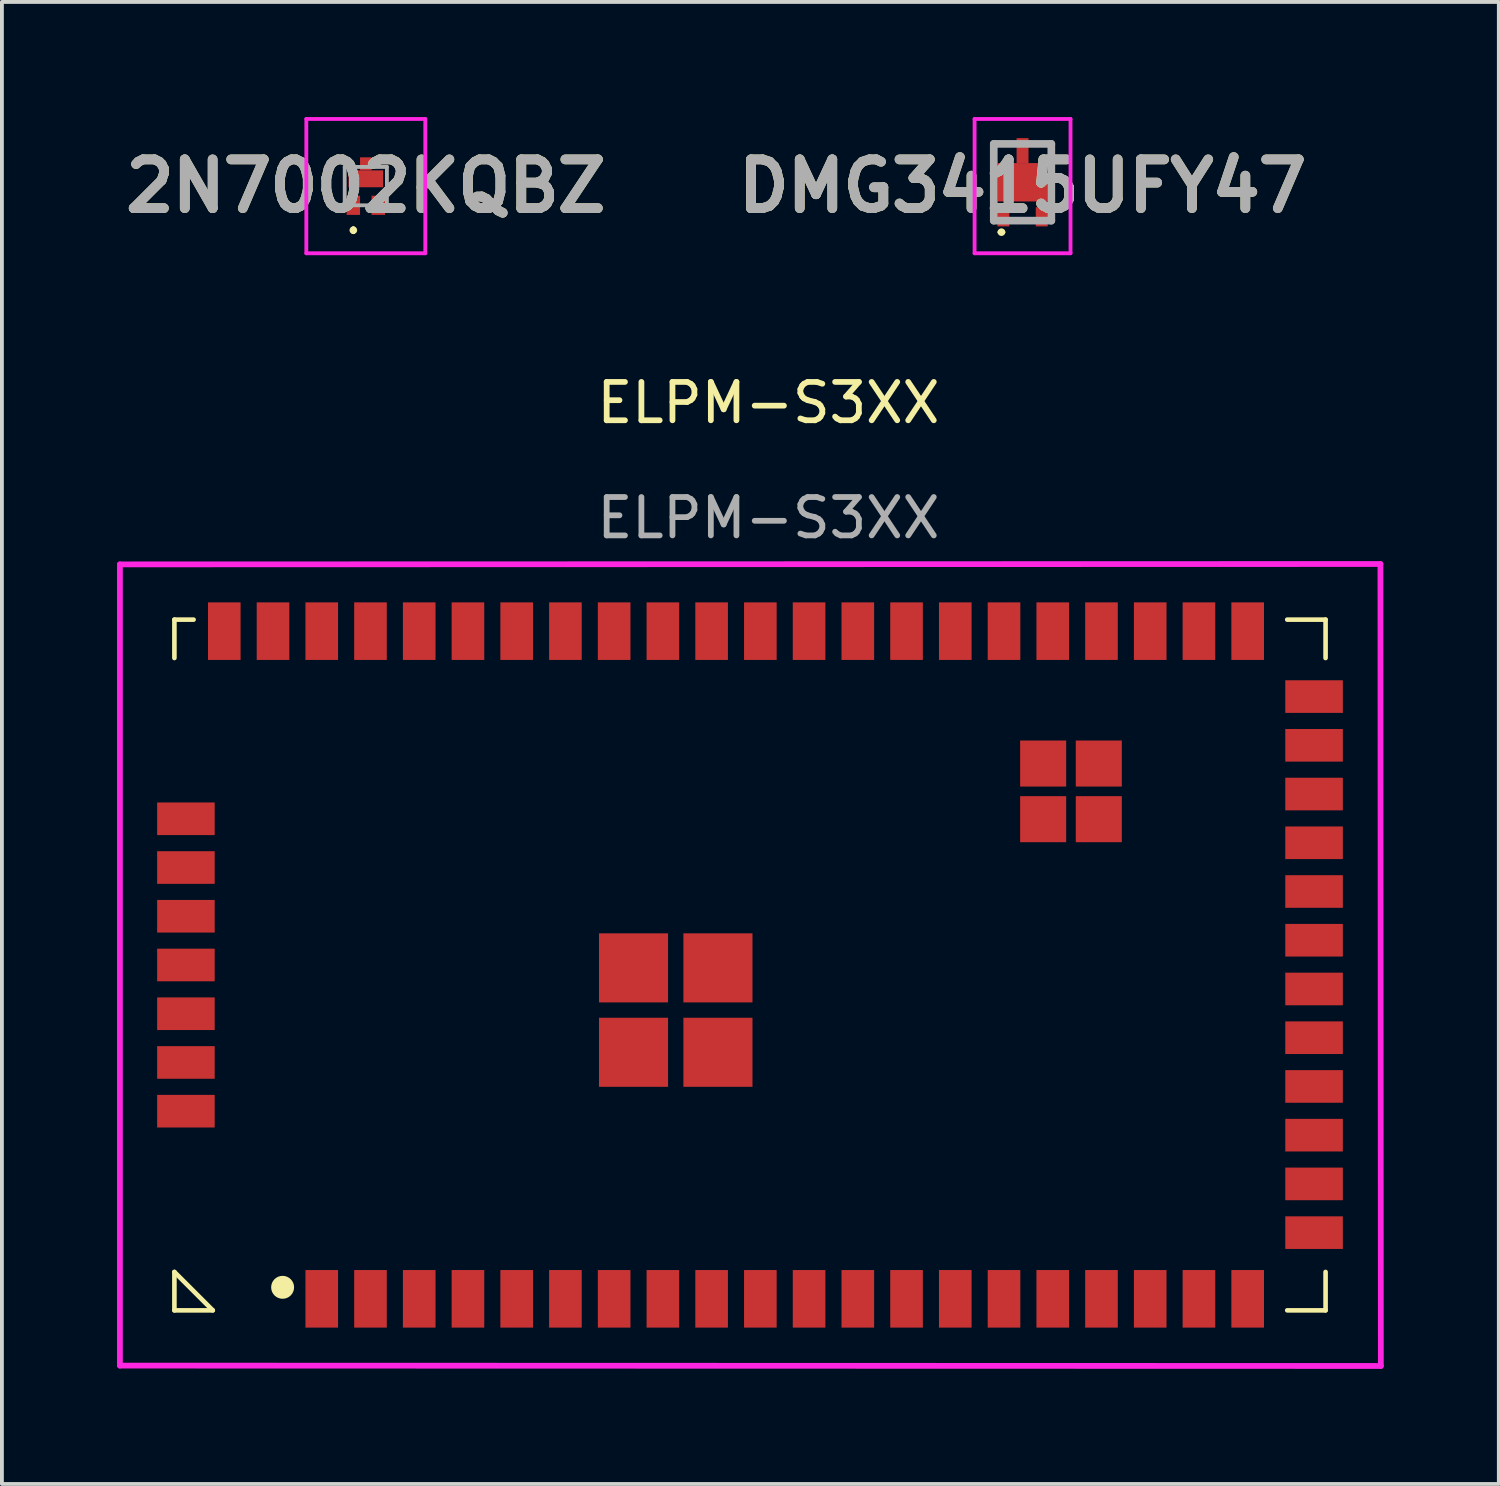
<source format=kicad_pcb>
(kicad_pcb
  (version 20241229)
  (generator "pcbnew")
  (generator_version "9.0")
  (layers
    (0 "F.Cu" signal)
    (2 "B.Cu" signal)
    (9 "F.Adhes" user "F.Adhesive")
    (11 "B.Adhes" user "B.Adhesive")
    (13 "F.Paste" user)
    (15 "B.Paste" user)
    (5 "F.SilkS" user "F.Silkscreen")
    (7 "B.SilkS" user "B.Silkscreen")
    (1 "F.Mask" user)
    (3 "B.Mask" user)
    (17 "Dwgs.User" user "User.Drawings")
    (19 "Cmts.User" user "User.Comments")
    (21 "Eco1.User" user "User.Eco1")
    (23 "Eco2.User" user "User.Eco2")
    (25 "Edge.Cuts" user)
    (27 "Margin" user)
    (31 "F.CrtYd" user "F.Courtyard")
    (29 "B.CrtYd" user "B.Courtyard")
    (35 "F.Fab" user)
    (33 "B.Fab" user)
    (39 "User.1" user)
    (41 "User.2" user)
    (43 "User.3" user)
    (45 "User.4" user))
  (footprint "2N7002KQBZ"
    (layer "F.Cu")
    (at 6.483 1.8)
    (property "Reference" "2N7002KQBZ" (at 0 0 0) (layer "F.SilkS") (effects (font (size 1.27 1.27) (thickness 0.254))))
    (attr smd)
    (fp_line (start -0.325 1.1) (end -0.325 1.1) (stroke (width 0.1) (type solid)) (layer "F.SilkS"))
    (fp_line (start -0.325 1.2) (end -0.325 1.2) (stroke (width 0.1) (type solid)) (layer "F.SilkS"))
    (fp_arc (start -0.325 1.1) (mid -0.275 1.15) (end -0.325 1.2) (stroke (width 0.1) (type solid)) (layer "F.SilkS"))
    (fp_arc (start -0.325 1.2) (mid -0.375 1.15) (end -0.325 1.1) (stroke (width 0.1) (type solid)) (layer "F.SilkS"))
    (fp_line (start -1.55 -1.75) (end 1.55 -1.75) (stroke (width 0.1) (type solid)) (layer "F.CrtYd"))
    (fp_line (start -1.55 1.75) (end -1.55 -1.75) (stroke (width 0.1) (type solid)) (layer "F.CrtYd"))
    (fp_line (start 1.55 -1.75) (end 1.55 1.75) (stroke (width 0.1) (type solid)) (layer "F.CrtYd"))
    (fp_line (start 1.55 1.75) (end -1.55 1.75) (stroke (width 0.1) (type solid)) (layer "F.CrtYd"))
    (fp_line (start -0.55 -0.5) (end -0.55 0.5) (stroke (width 0.1) (type solid)) (layer "F.Fab"))
    (fp_line (start -0.55 0.5) (end 0.55 0.5) (stroke (width 0.1) (type solid)) (layer "F.Fab"))
    (fp_line (start 0.55 -0.5) (end -0.55 -0.5) (stroke (width 0.1) (type solid)) (layer "F.Fab"))
    (fp_line (start 0.55 0.5) (end 0.55 -0.5) (stroke (width 0.1) (type solid)) (layer "F.Fab"))
    (fp_text user "${REFERENCE}" (at 0 0 0) (layer "F.Fab") (effects (font (size 1.27 1.27) (thickness 0.254))))
    (pad "1" smd rect (at -0.325 0.5) (size 0.35 0.5) (layers "F.Cu" "F.Mask" "F.Paste"))
    (pad "2" smd rect (at 0.325 0.5) (size 0.35 0.5) (layers "F.Cu" "F.Mask" "F.Paste"))
    (pad "3" smd rect (at 0 -0.19 90) (size 0.44 0.9) (layers "F.Cu" "F.Mask" "F.Paste"))
    (pad "4" smd rect (at 0 -0.58) (size 0.3 0.34) (layers "F.Cu" "F.Mask" "F.Paste")))
  (footprint "DMG3415UFY47"
    (layer "F.Cu")
    (at 23.598 1.7)
    (property "Reference" "DMG3415UFY47" (at 0 0.1 0) (layer "F.SilkS") (effects (font (size 1.27 1.27) (thickness 0.254))))
    (attr smd)
    (fp_line (start -0.75 -1) (end -0.75 -0.7) (stroke (width 0.1) (type solid)) (layer "F.SilkS"))
    (fp_line (start -0.6 1.3) (end -0.6 1.3) (stroke (width 0.1) (type solid)) (layer "F.SilkS"))
    (fp_line (start -0.5 1.3) (end -0.5 1.3) (stroke (width 0.1) (type solid)) (layer "F.SilkS"))
    (fp_line (start -0.3 -1) (end -0.75 -1) (stroke (width 0.1) (type solid)) (layer "F.SilkS"))
    (fp_line (start -0.2 1) (end 0.2 1) (stroke (width 0.1) (type solid)) (layer "F.SilkS"))
    (fp_line (start 0.3 -1) (end 0.75 -1) (stroke (width 0.1) (type solid)) (layer "F.SilkS"))
    (fp_line (start 0.75 -1) (end 0.75 -0.7) (stroke (width 0.1) (type solid)) (layer "F.SilkS"))
    (fp_arc (start -0.6 1.3) (mid -0.55 1.25) (end -0.5 1.3) (stroke (width 0.1) (type solid)) (layer "F.SilkS"))
    (fp_arc (start -0.5 1.3) (mid -0.55 1.35) (end -0.6 1.3) (stroke (width 0.1) (type solid)) (layer "F.SilkS"))
    (fp_line (start -1.25 -1.65) (end 1.25 -1.65) (stroke (width 0.1) (type solid)) (layer "F.CrtYd"))
    (fp_line (start -1.25 1.85) (end -1.25 -1.65) (stroke (width 0.1) (type solid)) (layer "F.CrtYd"))
    (fp_line (start 1.25 -1.65) (end 1.25 1.85) (stroke (width 0.1) (type solid)) (layer "F.CrtYd"))
    (fp_line (start 1.25 1.85) (end -1.25 1.85) (stroke (width 0.1) (type solid)) (layer "F.CrtYd"))
    (fp_line (start -0.75 -1) (end 0.75 -1) (stroke (width 0.2) (type solid)) (layer "F.Fab"))
    (fp_line (start -0.75 1) (end -0.75 -1) (stroke (width 0.2) (type solid)) (layer "F.Fab"))
    (fp_line (start 0.75 -1) (end 0.75 1) (stroke (width 0.2) (type solid)) (layer "F.Fab"))
    (fp_line (start 0.75 1) (end -0.75 1) (stroke (width 0.2) (type solid)) (layer "F.Fab"))
    (fp_text user "${REFERENCE}" (at 0 0.1 0) (layer "F.Fab") (effects (font (size 1.27 1.27) (thickness 0.254))))
    (pad "1" smd rect (at -0.5 0.9) (size 0.31 0.5) (layers "F.Cu" "F.Mask" "F.Paste"))
    (pad "2" smd rect (at 0.5 0.9) (size 0.31 0.5) (layers "F.Cu" "F.Mask" "F.Paste"))
    (pad "3" smd rect (at 0 -0.825) (size 0.31 0.65) (layers "F.Cu" "F.Mask" "F.Paste"))
    (pad "4" smd rect (at 0 0 90) (size 1 1.3) (layers "F.Cu" "F.Mask" "F.Paste")))
  (footprint "ELPM-S3XX"
    (layer "F.Cu")
    (at 16.975 22.023)
    (property "Reference" "ELPM-S3XX" (at 0 -14.575 0) (unlocked yes) (layer "F.SilkS") (effects (font (size 1 1) (thickness 0.15))))
    (attr smd)
    (fp_line (start -15.48 -8.925) (end -15.48 -7.925) (stroke (width 0.12) (type default)) (layer "F.SilkS"))
    (fp_line (start -15.48 -8.925) (end -14.98 -8.925) (stroke (width 0.12) (type default)) (layer "F.SilkS"))
    (fp_line (start -15.48 8.075) (end -14.48 9.075) (stroke (width 0.12) (type default)) (layer "F.SilkS"))
    (fp_line (start -15.48 9.075) (end -15.48 8.075) (stroke (width 0.12) (type default)) (layer "F.SilkS"))
    (fp_line (start -15.48 9.075) (end -14.48 9.075) (stroke (width 0.12) (type default)) (layer "F.SilkS"))
    (fp_line (start 14.52 -8.925) (end 13.52 -8.925) (stroke (width 0.12) (type default)) (layer "F.SilkS"))
    (fp_line (start 14.52 -8.925) (end 14.52 -7.925) (stroke (width 0.12) (type default)) (layer "F.SilkS"))
    (fp_line (start 14.52 9.075) (end 13.52 9.075) (stroke (width 0.12) (type default)) (layer "F.SilkS"))
    (fp_line (start 14.52 9.075) (end 14.52 8.075) (stroke (width 0.12) (type default)) (layer "F.SilkS"))
    (fp_circle (center -12.66 8.475) (end -12.436 8.475) (stroke (width 0.15) (type solid)) (fill yes) (layer "F.SilkS"))
    (fp_line (start -15.48 -8.925) (end 14.52 -8.925) (stroke (width 0.15) (type default)) (layer "Eco1.User"))
    (fp_line (start -15.48 9.075) (end -15.48 -8.925) (stroke (width 0.15) (type default)) (layer "Eco1.User"))
    (fp_line (start 14.52 -8.925) (end 14.52 9.075) (stroke (width 0.15) (type default)) (layer "Eco1.User"))
    (fp_line (start 14.52 9.075) (end -15.48 9.075) (stroke (width 0.15) (type default)) (layer "Eco1.User"))
    (fp_line (start -16.9 -10.365) (end 15.95 -10.375) (stroke (width 0.15) (type default)) (layer "F.CrtYd"))
    (fp_line (start -16.9 10.515) (end -16.9 -10.365) (stroke (width 0.15) (type default)) (layer "F.CrtYd"))
    (fp_line (start 15.95 -10.375) (end 15.96 10.525) (stroke (width 0.15) (type default)) (layer "F.CrtYd"))
    (fp_line (start 15.96 10.525) (end -16.9 10.515) (stroke (width 0.15) (type default)) (layer "F.CrtYd"))
    (fp_text user "${REFERENCE}" (at 0 -11.575 0) (unlocked yes) (layer "F.Fab") (effects (font (size 1 1) (thickness 0.15))))
    (pad "1" smd rect (at -10.37 8.975) (size 0.85 1.5) (drill (offset 0 -0.2)) (layers "F.Cu" "F.Mask" "F.Paste"))
    (pad "2" smd rect (at -9.1 8.975) (size 0.85 1.5) (drill (offset 0 -0.2)) (layers "F.Cu" "F.Mask" "F.Paste"))
    (pad "3" smd rect (at -7.83 8.975) (size 0.85 1.5) (drill (offset 0 -0.2)) (layers "F.Cu" "F.Mask" "F.Paste"))
    (pad "4" smd rect (at -6.56 8.975) (size 0.85 1.5) (drill (offset 0 -0.2)) (layers "F.Cu" "F.Mask" "F.Paste"))
    (pad "5" smd rect (at -5.29 8.975) (size 0.85 1.5) (drill (offset 0 -0.2)) (layers "F.Cu" "F.Mask" "F.Paste"))
    (pad "6" smd rect (at -4.02 8.975) (size 0.85 1.5) (drill (offset 0 -0.2)) (layers "F.Cu" "F.Mask" "F.Paste"))
    (pad "7" smd rect (at -2.75 8.975) (size 0.85 1.5) (drill (offset 0 -0.2)) (layers "F.Cu" "F.Mask" "F.Paste"))
    (pad "8" smd rect (at -1.48 8.975) (size 0.85 1.5) (drill (offset 0 -0.2)) (layers "F.Cu" "F.Mask" "F.Paste"))
    (pad "9" smd rect (at -0.21 8.975) (size 0.85 1.5) (drill (offset 0 -0.2)) (layers "F.Cu" "F.Mask" "F.Paste"))
    (pad "10" smd rect (at 1.06 8.975) (size 0.85 1.5) (drill (offset 0 -0.2)) (layers "F.Cu" "F.Mask" "F.Paste"))
    (pad "11" smd rect (at 2.33 8.975) (size 0.85 1.5) (drill (offset 0 -0.2)) (layers "F.Cu" "F.Mask" "F.Paste"))
    (pad "12" smd rect (at 3.6 8.975) (size 0.85 1.5) (drill (offset 0 -0.2)) (layers "F.Cu" "F.Mask" "F.Paste"))
    (pad "13" smd rect (at 4.87 8.975) (size 0.85 1.5) (drill (offset 0 -0.2)) (layers "F.Cu" "F.Mask" "F.Paste"))
    (pad "14" smd rect (at 6.14 8.975) (size 0.85 1.5) (drill (offset 0 -0.2)) (layers "F.Cu" "F.Mask" "F.Paste"))
    (pad "15" smd rect (at 7.41 8.975) (size 0.85 1.5) (drill (offset 0 -0.2)) (layers "F.Cu" "F.Mask" "F.Paste"))
    (pad "16" smd rect (at 8.68 8.975) (size 0.85 1.5) (drill (offset 0 -0.2)) (layers "F.Cu" "F.Mask" "F.Paste"))
    (pad "17" smd rect (at 9.95 8.975) (size 0.85 1.5) (drill (offset 0 -0.2)) (layers "F.Cu" "F.Mask" "F.Paste"))
    (pad "18" smd rect (at 11.22 8.975) (size 0.85 1.5) (drill (offset 0 -0.2)) (layers "F.Cu" "F.Mask" "F.Paste"))
    (pad "19" smd rect (at 12.49 8.975) (size 0.85 1.5) (drill (offset 0 -0.2)) (layers "F.Cu" "F.Mask" "F.Paste"))
    (pad "20" smd rect (at 14.42 7.05 90) (size 0.85 1.5) (drill (offset 0 -0.2)) (layers "F.Cu" "F.Mask" "F.Paste"))
    (pad "21" smd rect (at 14.42 5.78 90) (size 0.85 1.5) (drill (offset 0 -0.2)) (layers "F.Cu" "F.Mask" "F.Paste"))
    (pad "22" smd rect (at 14.42 4.51 90) (size 0.85 1.5) (drill (offset 0 -0.2)) (layers "F.Cu" "F.Mask" "F.Paste"))
    (pad "23" smd rect (at 14.42 3.24 90) (size 0.85 1.5) (drill (offset 0 -0.2)) (layers "F.Cu" "F.Mask" "F.Paste"))
    (pad "24" smd rect (at 14.42 1.97 90) (size 0.85 1.5) (drill (offset 0 -0.2)) (layers "F.Cu" "F.Mask" "F.Paste"))
    (pad "25" smd rect (at 14.42 0.7 90) (size 0.85 1.5) (drill (offset 0 -0.2)) (layers "F.Cu" "F.Mask" "F.Paste"))
    (pad "26" smd rect (at 14.42 -0.57 90) (size 0.85 1.5) (drill (offset 0 -0.2)) (layers "F.Cu" "F.Mask" "F.Paste"))
    (pad "27" smd rect (at 14.42 -1.84 90) (size 0.85 1.5) (drill (offset 0 -0.2)) (layers "F.Cu" "F.Mask" "F.Paste"))
    (pad "28" smd rect (at 14.42 -3.11 90) (size 0.85 1.5) (drill (offset 0 -0.2)) (layers "F.Cu" "F.Mask" "F.Paste"))
    (pad "29" smd rect (at 14.42 -4.38 90) (size 0.85 1.5) (drill (offset 0 -0.2)) (layers "F.Cu" "F.Mask" "F.Paste"))
    (pad "30" smd rect (at 14.42 -5.65 90) (size 0.85 1.5) (drill (offset 0 -0.2)) (layers "F.Cu" "F.Mask" "F.Paste"))
    (pad "31" smd rect (at 14.42 -6.92 90) (size 0.85 1.5) (drill (offset 0 -0.2)) (layers "F.Cu" "F.Mask" "F.Paste"))
    (pad "32" smd rect (at 12.49 -8.825 180) (size 0.85 1.5) (drill (offset 0 -0.2)) (layers "F.Cu" "F.Mask" "F.Paste"))
    (pad "33" smd rect (at 11.22 -8.825 180) (size 0.85 1.5) (drill (offset 0 -0.2)) (layers "F.Cu" "F.Mask" "F.Paste"))
    (pad "34" smd rect (at 9.95 -8.825 180) (size 0.85 1.5) (drill (offset 0 -0.2)) (layers "F.Cu" "F.Mask" "F.Paste"))
    (pad "35" smd rect (at 8.68 -8.825 180) (size 0.85 1.5) (drill (offset 0 -0.2)) (layers "F.Cu" "F.Mask" "F.Paste"))
    (pad "36" smd rect (at 7.41 -8.825 180) (size 0.85 1.5) (drill (offset 0 -0.2)) (layers "F.Cu" "F.Mask" "F.Paste"))
    (pad "37" smd rect (at 6.14 -8.825 180) (size 0.85 1.5) (drill (offset 0 -0.2)) (layers "F.Cu" "F.Mask" "F.Paste"))
    (pad "38" smd rect (at 4.87 -8.825 180) (size 0.85 1.5) (drill (offset 0 -0.2)) (layers "F.Cu" "F.Mask" "F.Paste"))
    (pad "39" smd rect (at 3.6 -8.825 180) (size 0.85 1.5) (drill (offset 0 -0.2)) (layers "F.Cu" "F.Mask" "F.Paste"))
    (pad "40" smd rect (at 2.33 -8.825 180) (size 0.85 1.5) (drill (offset 0 -0.2)) (layers "F.Cu" "F.Mask" "F.Paste"))
    (pad "41" smd rect (at 1.06 -8.825 180) (size 0.85 1.5) (drill (offset 0 -0.2)) (layers "F.Cu" "F.Mask" "F.Paste"))
    (pad "42" smd rect (at -0.21 -8.825 180) (size 0.85 1.5) (drill (offset 0 -0.2)) (layers "F.Cu" "F.Mask" "F.Paste"))
    (pad "43" smd rect (at -1.48 -8.825 180) (size 0.85 1.5) (drill (offset 0 -0.2)) (layers "F.Cu" "F.Mask" "F.Paste"))
    (pad "44" smd rect (at -2.75 -8.825 180) (size 0.85 1.5) (drill (offset 0 -0.2)) (layers "F.Cu" "F.Mask" "F.Paste"))
    (pad "45" smd rect (at -4.02 -8.825 180) (size 0.85 1.5) (drill (offset 0 -0.2)) (layers "F.Cu" "F.Mask" "F.Paste"))
    (pad "46" smd rect (at -5.29 -8.825 180) (size 0.85 1.5) (drill (offset 0 -0.2)) (layers "F.Cu" "F.Mask" "F.Paste"))
    (pad "47" smd rect (at -6.56 -8.825 180) (size 0.85 1.5) (drill (offset 0 -0.2)) (layers "F.Cu" "F.Mask" "F.Paste"))
    (pad "48" smd rect (at -7.83 -8.825 180) (size 0.85 1.5) (drill (offset 0 -0.2)) (layers "F.Cu" "F.Mask" "F.Paste"))
    (pad "49" smd rect (at -9.1 -8.825 180) (size 0.85 1.5) (drill (offset 0 -0.2)) (layers "F.Cu" "F.Mask" "F.Paste"))
    (pad "50" smd rect (at -10.37 -8.825 180) (size 0.85 1.5) (drill (offset 0 -0.2)) (layers "F.Cu" "F.Mask" "F.Paste"))
    (pad "51" smd rect (at -11.64 -8.825 180) (size 0.85 1.5) (drill (offset 0 -0.2)) (layers "F.Cu" "F.Mask" "F.Paste"))
    (pad "52" smd rect (at -14.18 -8.825 180) (size 0.85 1.5) (drill (offset 0 -0.2)) (layers "F.Cu" "F.Mask" "F.Paste"))
    (pad "53" smd rect (at -15.38 -3.735 270) (size 0.85 1.5) (drill (offset 0 -0.2)) (layers "F.Cu" "F.Mask" "F.Paste"))
    (pad "54" smd rect (at -15.38 -2.465 270) (size 0.85 1.5) (drill (offset 0 -0.2)) (layers "F.Cu" "F.Mask" "F.Paste"))
    (pad "55" smd rect (at -15.38 -1.195 270) (size 0.85 1.5) (drill (offset 0 -0.2)) (layers "F.Cu" "F.Mask" "F.Paste"))
    (pad "56" smd rect (at -15.38 0.075 270) (size 0.85 1.5) (drill (offset 0 -0.2)) (layers "F.Cu" "F.Mask" "F.Paste"))
    (pad "57" smd rect (at -15.38 1.345 270) (size 0.85 1.5) (drill (offset 0 -0.2)) (layers "F.Cu" "F.Mask" "F.Paste"))
    (pad "58" smd rect (at -15.38 2.615 270) (size 0.85 1.5) (drill (offset 0 -0.2)) (layers "F.Cu" "F.Mask" "F.Paste"))
    (pad "59" smd rect (at -15.38 3.885 270) (size 0.85 1.5) (drill (offset 0 -0.2)) (layers "F.Cu" "F.Mask" "F.Paste"))
    (pad "60" smd rect (at -3.515 0.35) (size 1.8 1.8) (drill (offset 0 -0.2)) (layers "F.Cu" "F.Mask" "F.Paste"))
    (pad "61" smd rect (at -3.515 2.55) (size 1.8 1.8) (drill (offset 0 -0.2)) (layers "F.Cu" "F.Mask" "F.Paste"))
    (pad "62" smd rect (at -1.315 0.35) (size 1.8 1.8) (drill (offset 0 -0.2)) (layers "F.Cu" "F.Mask" "F.Paste"))
    (pad "63" smd rect (at -1.315 2.55) (size 1.8 1.8) (drill (offset 0 -0.2)) (layers "F.Cu" "F.Mask" "F.Paste"))
    (pad "64" smd rect (at 7.16 -4.975) (size 1.2 1.2) (drill (offset 0 -0.2)) (layers "F.Cu" "F.Mask" "F.Paste"))
    (pad "65" smd rect (at 7.16 -3.525) (size 1.2 1.2) (drill (offset 0 -0.2)) (layers "F.Cu" "F.Mask" "F.Paste"))
    (pad "66" smd rect (at 8.61 -4.975) (size 1.2 1.2) (drill (offset 0 -0.2)) (layers "F.Cu" "F.Mask" "F.Paste"))
    (pad "67" smd rect (at 8.61 -3.525) (size 1.2 1.2) (drill (offset 0 -0.2)) (layers "F.Cu" "F.Mask" "F.Paste"))
    (pad "A1" smd rect (at -11.64 8.975) (size 0.85 1.5) (drill (offset 0 -0.2)) (layers "F.Cu" "F.Mask" "F.Paste"))
    (pad "A2" smd rect (at -12.91 -8.825 180) (size 0.85 1.5) (drill (offset 0 -0.2)) (layers "F.Cu" "F.Mask" "F.Paste")))
  (gr_rect
    (start -3 -3)
    (end 36.01 35.623)
    (stroke (width 0.1) (type default))
    (fill no)
    (layer "Edge.Cuts")))
</source>
